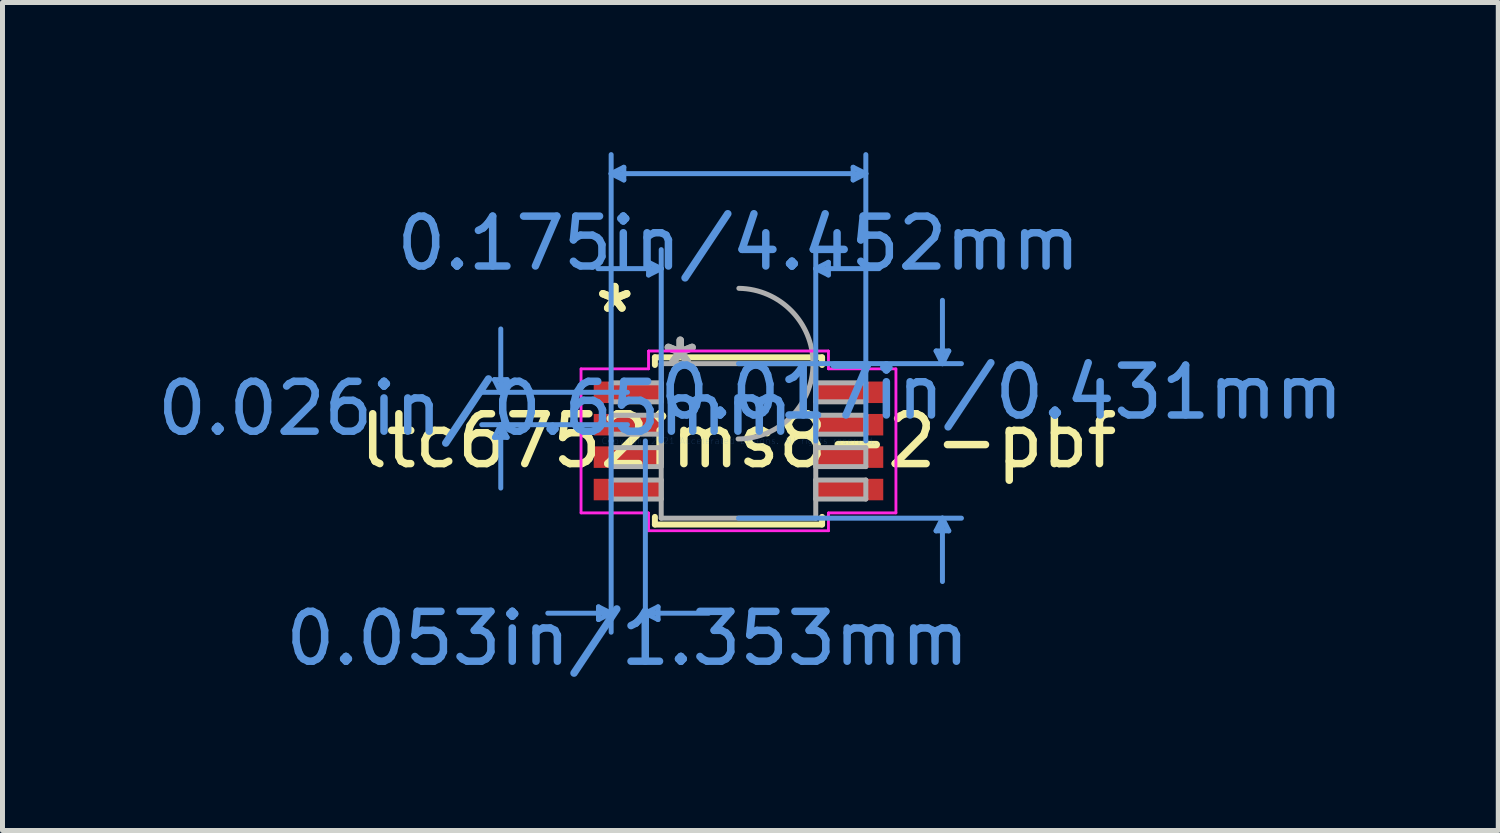
<source format=kicad_pcb>
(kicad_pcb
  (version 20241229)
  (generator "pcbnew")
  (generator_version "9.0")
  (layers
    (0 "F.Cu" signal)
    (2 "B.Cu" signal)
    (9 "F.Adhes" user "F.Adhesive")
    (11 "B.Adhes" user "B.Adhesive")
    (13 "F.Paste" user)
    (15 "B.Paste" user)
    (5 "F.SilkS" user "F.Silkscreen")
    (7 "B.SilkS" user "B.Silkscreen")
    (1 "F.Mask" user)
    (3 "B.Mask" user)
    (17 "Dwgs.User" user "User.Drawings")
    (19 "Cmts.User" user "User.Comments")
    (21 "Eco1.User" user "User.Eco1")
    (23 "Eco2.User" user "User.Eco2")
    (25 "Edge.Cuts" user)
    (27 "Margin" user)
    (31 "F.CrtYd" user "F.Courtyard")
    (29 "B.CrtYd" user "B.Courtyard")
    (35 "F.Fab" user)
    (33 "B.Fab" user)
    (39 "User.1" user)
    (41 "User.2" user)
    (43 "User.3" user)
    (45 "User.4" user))
  (footprint "ltc6752ims8-2-pbf"
    (layer "F.Cu")
    (at 11.756 5.79)
    (property "Reference" "ltc6752ims8-2-pbf" (at 0 0 0) (layer "F.SilkS") (effects (font (size 1 1) (thickness 0.15))))
    (attr through_hole)
    (fp_line (start -1.676 -1.676) (end -1.676 -1.523) (stroke (width 0.12) (type solid)) (layer "F.SilkS"))
    (fp_line (start -1.676 1.523) (end -1.676 1.676) (stroke (width 0.12) (type solid)) (layer "F.SilkS"))
    (fp_line (start -1.676 1.676) (end 1.676 1.676) (stroke (width 0.12) (type solid)) (layer "F.SilkS"))
    (fp_line (start 1.676 -1.676) (end -1.676 -1.676) (stroke (width 0.12) (type solid)) (layer "F.SilkS"))
    (fp_line (start 1.676 -1.523) (end 1.676 -1.676) (stroke (width 0.12) (type solid)) (layer "F.SilkS"))
    (fp_line (start 1.676 1.676) (end 1.676 1.523) (stroke (width 0.12) (type solid)) (layer "F.SilkS"))
    (fp_line (start -4.893 -1.229) (end -4.639 -1.229) (stroke (width 0.1) (type solid)) (layer "Cmts.User"))
    (fp_line (start -4.893 -0.071) (end -4.639 -0.071) (stroke (width 0.1) (type solid)) (layer "Cmts.User"))
    (fp_line (start -4.766 -0.975) (end -4.893 -1.229) (stroke (width 0.1) (type solid)) (layer "Cmts.User"))
    (fp_line (start -4.766 -0.975) (end -4.766 -2.245) (stroke (width 0.1) (type solid)) (layer "Cmts.User"))
    (fp_line (start -4.766 -0.975) (end -4.639 -1.229) (stroke (width 0.1) (type solid)) (layer "Cmts.User"))
    (fp_line (start -4.766 -0.325) (end -4.893 -0.071) (stroke (width 0.1) (type solid)) (layer "Cmts.User"))
    (fp_line (start -4.766 -0.325) (end -4.766 0.945) (stroke (width 0.1) (type solid)) (layer "Cmts.User"))
    (fp_line (start -4.766 -0.325) (end -4.639 -0.071) (stroke (width 0.1) (type solid)) (layer "Cmts.User"))
    (fp_line (start -2.807 3.327) (end -2.807 3.581) (stroke (width 0.1) (type solid)) (layer "Cmts.User"))
    (fp_line (start -2.553 -5.359) (end -2.299 -5.486) (stroke (width 0.1) (type solid)) (layer "Cmts.User"))
    (fp_line (start -2.553 -5.359) (end -2.299 -5.232) (stroke (width 0.1) (type solid)) (layer "Cmts.User"))
    (fp_line (start -2.553 -5.359) (end 2.553 -5.359) (stroke (width 0.1) (type solid)) (layer "Cmts.User"))
    (fp_line (start -2.553 0) (end -2.553 -5.74) (stroke (width 0.1) (type solid)) (layer "Cmts.User"))
    (fp_line (start -2.553 0) (end -2.553 3.835) (stroke (width 0.1) (type solid)) (layer "Cmts.User"))
    (fp_line (start -2.553 3.454) (end -3.823 3.454) (stroke (width 0.1) (type solid)) (layer "Cmts.User"))
    (fp_line (start -2.553 3.454) (end -2.807 3.327) (stroke (width 0.1) (type solid)) (layer "Cmts.User"))
    (fp_line (start -2.553 3.454) (end -2.807 3.581) (stroke (width 0.1) (type solid)) (layer "Cmts.User"))
    (fp_line (start -2.299 -5.486) (end -2.299 -5.232) (stroke (width 0.1) (type solid)) (layer "Cmts.User"))
    (fp_line (start -2.226 -0.975) (end -5.147 -0.975) (stroke (width 0.1) (type solid)) (layer "Cmts.User"))
    (fp_line (start -2.226 -0.325) (end -5.147 -0.325) (stroke (width 0.1) (type solid)) (layer "Cmts.User"))
    (fp_line (start -1.867 0) (end -1.867 3.835) (stroke (width 0.1) (type solid)) (layer "Cmts.User"))
    (fp_line (start -1.867 3.454) (end -1.613 3.327) (stroke (width 0.1) (type solid)) (layer "Cmts.User"))
    (fp_line (start -1.867 3.454) (end -1.613 3.581) (stroke (width 0.1) (type solid)) (layer "Cmts.User"))
    (fp_line (start -1.867 3.454) (end -0.597 3.454) (stroke (width 0.1) (type solid)) (layer "Cmts.User"))
    (fp_line (start -1.803 -3.581) (end -1.803 -3.327) (stroke (width 0.1) (type solid)) (layer "Cmts.User"))
    (fp_line (start -1.613 3.327) (end -1.613 3.581) (stroke (width 0.1) (type solid)) (layer "Cmts.User"))
    (fp_line (start -1.549 -3.454) (end -2.819 -3.454) (stroke (width 0.1) (type solid)) (layer "Cmts.User"))
    (fp_line (start -1.549 -3.454) (end -1.803 -3.581) (stroke (width 0.1) (type solid)) (layer "Cmts.User"))
    (fp_line (start -1.549 -3.454) (end -1.803 -3.327) (stroke (width 0.1) (type solid)) (layer "Cmts.User"))
    (fp_line (start -1.549 0) (end -1.549 -3.835) (stroke (width 0.1) (type solid)) (layer "Cmts.User"))
    (fp_line (start 0 -1.549) (end 4.47 -1.549) (stroke (width 0.1) (type solid)) (layer "Cmts.User"))
    (fp_line (start 0 1.549) (end 4.47 1.549) (stroke (width 0.1) (type solid)) (layer "Cmts.User"))
    (fp_line (start 1.549 -3.454) (end 1.803 -3.581) (stroke (width 0.1) (type solid)) (layer "Cmts.User"))
    (fp_line (start 1.549 -3.454) (end 1.803 -3.327) (stroke (width 0.1) (type solid)) (layer "Cmts.User"))
    (fp_line (start 1.549 -3.454) (end 2.819 -3.454) (stroke (width 0.1) (type solid)) (layer "Cmts.User"))
    (fp_line (start 1.549 0) (end 1.549 -3.835) (stroke (width 0.1) (type solid)) (layer "Cmts.User"))
    (fp_line (start 1.803 -3.581) (end 1.803 -3.327) (stroke (width 0.1) (type solid)) (layer "Cmts.User"))
    (fp_line (start 2.299 -5.486) (end 2.299 -5.232) (stroke (width 0.1) (type solid)) (layer "Cmts.User"))
    (fp_line (start 2.553 -5.359) (end 2.299 -5.486) (stroke (width 0.1) (type solid)) (layer "Cmts.User"))
    (fp_line (start 2.553 -5.359) (end 2.299 -5.232) (stroke (width 0.1) (type solid)) (layer "Cmts.User"))
    (fp_line (start 2.553 0) (end 2.553 -5.74) (stroke (width 0.1) (type solid)) (layer "Cmts.User"))
    (fp_line (start 3.962 -1.803) (end 4.216 -1.803) (stroke (width 0.1) (type solid)) (layer "Cmts.User"))
    (fp_line (start 3.962 1.803) (end 4.216 1.803) (stroke (width 0.1) (type solid)) (layer "Cmts.User"))
    (fp_line (start 4.089 -1.549) (end 3.962 -1.803) (stroke (width 0.1) (type solid)) (layer "Cmts.User"))
    (fp_line (start 4.089 -1.549) (end 4.089 -2.819) (stroke (width 0.1) (type solid)) (layer "Cmts.User"))
    (fp_line (start 4.089 -1.549) (end 4.216 -1.803) (stroke (width 0.1) (type solid)) (layer "Cmts.User"))
    (fp_line (start 4.089 1.549) (end 3.962 1.803) (stroke (width 0.1) (type solid)) (layer "Cmts.User"))
    (fp_line (start 4.089 1.549) (end 4.089 2.819) (stroke (width 0.1) (type solid)) (layer "Cmts.User"))
    (fp_line (start 4.089 1.549) (end 4.216 1.803) (stroke (width 0.1) (type solid)) (layer "Cmts.User"))
    (fp_line (start -3.157 -1.444) (end -1.803 -1.444) (stroke (width 0.05) (type solid)) (layer "F.CrtYd"))
    (fp_line (start -3.157 -1.444) (end -1.803 -1.444) (stroke (width 0.05) (type solid)) (layer "F.CrtYd"))
    (fp_line (start -3.157 1.444) (end -3.157 -1.444) (stroke (width 0.05) (type solid)) (layer "F.CrtYd"))
    (fp_line (start -3.157 1.444) (end -3.157 -1.444) (stroke (width 0.05) (type solid)) (layer "F.CrtYd"))
    (fp_line (start -3.157 1.444) (end -1.803 1.444) (stroke (width 0.05) (type solid)) (layer "F.CrtYd"))
    (fp_line (start -1.803 -1.803) (end 1.803 -1.803) (stroke (width 0.05) (type solid)) (layer "F.CrtYd"))
    (fp_line (start -1.803 -1.803) (end 1.803 -1.803) (stroke (width 0.05) (type solid)) (layer "F.CrtYd"))
    (fp_line (start -1.803 -1.444) (end -1.803 -1.803) (stroke (width 0.05) (type solid)) (layer "F.CrtYd"))
    (fp_line (start -1.803 -1.444) (end -1.803 -1.803) (stroke (width 0.05) (type solid)) (layer "F.CrtYd"))
    (fp_line (start -1.803 1.444) (end -3.157 1.444) (stroke (width 0.05) (type solid)) (layer "F.CrtYd"))
    (fp_line (start -1.803 1.803) (end -1.803 1.444) (stroke (width 0.05) (type solid)) (layer "F.CrtYd"))
    (fp_line (start -1.803 1.803) (end -1.803 1.444) (stroke (width 0.05) (type solid)) (layer "F.CrtYd"))
    (fp_line (start 1.803 -1.803) (end 1.803 -1.444) (stroke (width 0.05) (type solid)) (layer "F.CrtYd"))
    (fp_line (start 1.803 -1.803) (end 1.803 -1.444) (stroke (width 0.05) (type solid)) (layer "F.CrtYd"))
    (fp_line (start 1.803 -1.444) (end 3.157 -1.444) (stroke (width 0.05) (type solid)) (layer "F.CrtYd"))
    (fp_line (start 1.803 1.444) (end 1.803 1.803) (stroke (width 0.05) (type solid)) (layer "F.CrtYd"))
    (fp_line (start 1.803 1.444) (end 1.803 1.803) (stroke (width 0.05) (type solid)) (layer "F.CrtYd"))
    (fp_line (start 1.803 1.803) (end -1.803 1.803) (stroke (width 0.05) (type solid)) (layer "F.CrtYd"))
    (fp_line (start 1.803 1.803) (end -1.803 1.803) (stroke (width 0.05) (type solid)) (layer "F.CrtYd"))
    (fp_line (start 3.157 -1.444) (end 1.803 -1.444) (stroke (width 0.05) (type solid)) (layer "F.CrtYd"))
    (fp_line (start 3.157 -1.444) (end 3.157 1.444) (stroke (width 0.05) (type solid)) (layer "F.CrtYd"))
    (fp_line (start 3.157 -1.444) (end 3.157 1.444) (stroke (width 0.05) (type solid)) (layer "F.CrtYd"))
    (fp_line (start 3.157 1.444) (end 1.803 1.444) (stroke (width 0.05) (type solid)) (layer "F.CrtYd"))
    (fp_line (start 3.157 1.444) (end 1.803 1.444) (stroke (width 0.05) (type solid)) (layer "F.CrtYd"))
    (fp_line (start -2.553 -1.165) (end -2.553 -0.784) (stroke (width 0.1) (type solid)) (layer "F.Fab"))
    (fp_line (start -2.553 -0.784) (end -1.549 -0.784) (stroke (width 0.1) (type solid)) (layer "F.Fab"))
    (fp_line (start -2.553 -0.515) (end -2.553 -0.135) (stroke (width 0.1) (type solid)) (layer "F.Fab"))
    (fp_line (start -2.553 -0.135) (end -1.549 -0.135) (stroke (width 0.1) (type solid)) (layer "F.Fab"))
    (fp_line (start -2.553 0.135) (end -2.553 0.515) (stroke (width 0.1) (type solid)) (layer "F.Fab"))
    (fp_line (start -2.553 0.515) (end -1.549 0.515) (stroke (width 0.1) (type solid)) (layer "F.Fab"))
    (fp_line (start -2.553 0.784) (end -2.553 1.165) (stroke (width 0.1) (type solid)) (layer "F.Fab"))
    (fp_line (start -2.553 1.165) (end -1.549 1.165) (stroke (width 0.1) (type solid)) (layer "F.Fab"))
    (fp_line (start -1.549 -1.549) (end -1.549 1.549) (stroke (width 0.1) (type solid)) (layer "F.Fab"))
    (fp_line (start -1.549 -1.165) (end -2.553 -1.165) (stroke (width 0.1) (type solid)) (layer "F.Fab"))
    (fp_line (start -1.549 -0.784) (end -1.549 -1.165) (stroke (width 0.1) (type solid)) (layer "F.Fab"))
    (fp_line (start -1.549 -0.515) (end -2.553 -0.515) (stroke (width 0.1) (type solid)) (layer "F.Fab"))
    (fp_line (start -1.549 -0.135) (end -1.549 -0.515) (stroke (width 0.1) (type solid)) (layer "F.Fab"))
    (fp_line (start -1.549 0.135) (end -2.553 0.135) (stroke (width 0.1) (type solid)) (layer "F.Fab"))
    (fp_line (start -1.549 0.515) (end -1.549 0.135) (stroke (width 0.1) (type solid)) (layer "F.Fab"))
    (fp_line (start -1.549 0.784) (end -2.553 0.784) (stroke (width 0.1) (type solid)) (layer "F.Fab"))
    (fp_line (start -1.549 1.165) (end -1.549 0.784) (stroke (width 0.1) (type solid)) (layer "F.Fab"))
    (fp_line (start -1.549 1.549) (end 1.549 1.549) (stroke (width 0.1) (type solid)) (layer "F.Fab"))
    (fp_line (start 1.549 -1.549) (end -1.549 -1.549) (stroke (width 0.1) (type solid)) (layer "F.Fab"))
    (fp_line (start 1.549 -1.165) (end 1.549 -0.784) (stroke (width 0.1) (type solid)) (layer "F.Fab"))
    (fp_line (start 1.549 -0.784) (end 2.553 -0.784) (stroke (width 0.1) (type solid)) (layer "F.Fab"))
    (fp_line (start 1.549 -0.515) (end 1.549 -0.135) (stroke (width 0.1) (type solid)) (layer "F.Fab"))
    (fp_line (start 1.549 -0.135) (end 2.553 -0.135) (stroke (width 0.1) (type solid)) (layer "F.Fab"))
    (fp_line (start 1.549 0.135) (end 1.549 0.515) (stroke (width 0.1) (type solid)) (layer "F.Fab"))
    (fp_line (start 1.549 0.515) (end 2.553 0.515) (stroke (width 0.1) (type solid)) (layer "F.Fab"))
    (fp_line (start 1.549 0.784) (end 1.549 1.165) (stroke (width 0.1) (type solid)) (layer "F.Fab"))
    (fp_line (start 1.549 1.165) (end 2.553 1.165) (stroke (width 0.1) (type solid)) (layer "F.Fab"))
    (fp_line (start 1.549 1.549) (end 1.549 -1.549) (stroke (width 0.1) (type solid)) (layer "F.Fab"))
    (fp_line (start 2.553 -1.165) (end 1.549 -1.165) (stroke (width 0.1) (type solid)) (layer "F.Fab"))
    (fp_line (start 2.553 -0.784) (end 2.553 -1.165) (stroke (width 0.1) (type solid)) (layer "F.Fab"))
    (fp_line (start 2.553 -0.515) (end 1.549 -0.515) (stroke (width 0.1) (type solid)) (layer "F.Fab"))
    (fp_line (start 2.553 -0.135) (end 2.553 -0.515) (stroke (width 0.1) (type solid)) (layer "F.Fab"))
    (fp_line (start 2.553 0.135) (end 1.549 0.135) (stroke (width 0.1) (type solid)) (layer "F.Fab"))
    (fp_line (start 2.553 0.515) (end 2.553 0.135) (stroke (width 0.1) (type solid)) (layer "F.Fab"))
    (fp_line (start 2.553 0.784) (end 1.549 0.784) (stroke (width 0.1) (type solid)) (layer "F.Fab"))
    (fp_line (start 2.553 1.165) (end 2.553 0.784) (stroke (width 0.1) (type solid)) (layer "F.Fab"))
    (fp_arc (start 0.007742 -3.059445) (mid 1.510045 -1.541658) (end -0.007742 -0.039355) (stroke (width 0.1) (type solid)) (layer "F.Fab"))
    (fp_text user "*" (at -2.48 -2.549 0) (layer "F.SilkS") (effects (font (size 1 1) (thickness 0.15))))
    (fp_text user "*" (at -2.48 -2.549 0) (layer "F.SilkS") (effects (font (size 1 1) (thickness 0.15))))
    (fp_text user "0.175in/4.452mm" (at 0 -3.962 0) (layer "Cmts.User") (effects (font (size 1 1) (thickness 0.15))))
    (fp_text user "0.053in/1.353mm" (at -2.226 3.962 0) (layer "Cmts.User") (effects (font (size 1 1) (thickness 0.15))))
    (fp_text user "0.017in/0.431mm" (at 5.274 -0.975 0) (layer "Cmts.User") (effects (font (size 1 1) (thickness 0.15))))
    (fp_text user "Copyright 2021 Accelerated Designs. All rights reserved." (at 0 0 0) (layer "Cmts.User") (effects (font (size 0.127 0.127) (thickness 0.002))))
    (fp_text user "0.026in/0.65mm" (at -5.274 -0.65 0) (layer "Cmts.User") (effects (font (size 1 1) (thickness 0.15))))
    (fp_text user "*" (at -1.168 -1.473 0) (layer "F.Fab") (effects (font (size 1 1) (thickness 0.15))))
    (fp_text user "*" (at -1.168 -1.473 0) (layer "F.Fab") (effects (font (size 1 1) (thickness 0.15))))
    (pad "1" smd rect (at -2.226 -0.975) (size 1.353 0.431) (layers "F.Cu" "F.Mask" "F.Paste"))
    (pad "2" smd rect (at -2.226 -0.325) (size 1.353 0.431) (layers "F.Cu" "F.Mask" "F.Paste"))
    (pad "3" smd rect (at -2.226 0.325) (size 1.353 0.431) (layers "F.Cu" "F.Mask" "F.Paste"))
    (pad "4" smd rect (at -2.226 0.975) (size 1.353 0.431) (layers "F.Cu" "F.Mask" "F.Paste"))
    (pad "5" smd rect (at 2.226 0.975) (size 1.353 0.431) (layers "F.Cu" "F.Mask" "F.Paste"))
    (pad "6" smd rect (at 2.226 0.325) (size 1.353 0.431) (layers "F.Cu" "F.Mask" "F.Paste"))
    (pad "7" smd rect (at 2.226 -0.325) (size 1.353 0.431) (layers "F.Cu" "F.Mask" "F.Paste"))
    (pad "8" smd rect (at 2.226 -0.975) (size 1.353 0.431) (layers "F.Cu" "F.Mask" "F.Paste")))
  (gr_rect
    (start -3 -3)
    (end 26.989 13.601)
    (stroke (width 0.1) (type default))
    (fill no)
    (layer "Edge.Cuts")))
</source>
